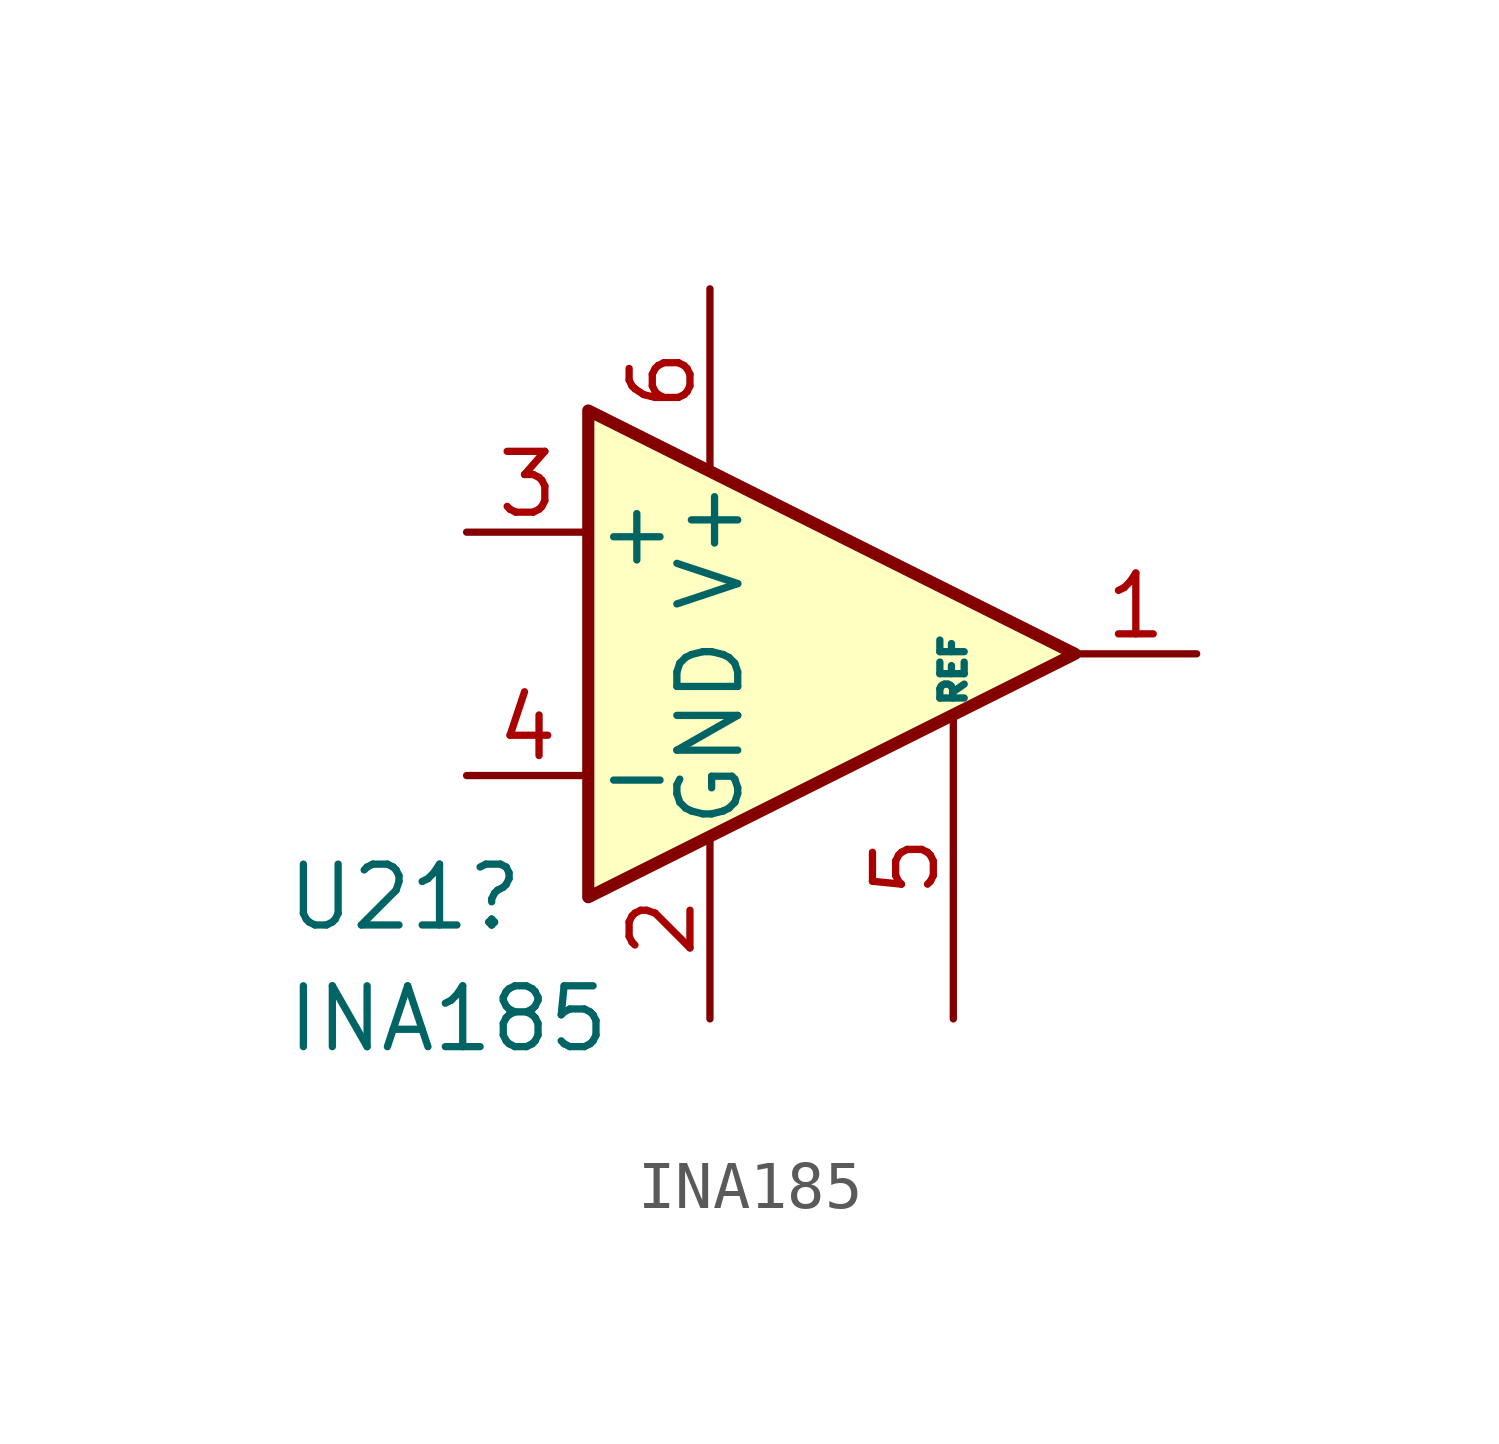
<source format=kicad_sym>
(kicad_symbol_lib
  (version 20211014)
  (generator kicad_symbol_editor)
  (symbol "INA185"
    (pin_names
      (offset 0.127))
    (property "Reference" "U21"
      (at -11.43 -5.08 0)
      (effects (font (size 1.27 1.27)) (justify left)))
    (property "Value" "INA185"
      (at -11.43 -7.62 0)
      (effects (font (size 1.27 1.27)) (justify left)))
    (symbol "INA185_0_1"
      (polyline (pts (xy 5.08 0) (xy -5.08 5.08) (xy -5.08 -5.08) (xy 5.08 0)) (stroke (width 0.254) (type default) (color 0 0 0 0)) (fill (type background))))
    (symbol "INA185_1_1"
      (pin output line (at 7.62 0 180) (length 2.54) (name "~" (effects (font (size 1.27 1.27)))) (number "1" (effects (font (size 1.27 1.27)))))
      (pin power_in line (at -2.54 -7.62 90) (length 3.81) (name "GND" (effects (font (size 1.27 1.27)))) (number "2" (effects (font (size 1.27 1.27)))))
      (pin input line (at -7.62 2.54 0) (length 2.54) (name "+" (effects (font (size 1.27 1.27)))) (number "3" (effects (font (size 1.27 1.27)))))
      (pin input line (at -7.62 -2.54 0) (length 2.54) (name "-" (effects (font (size 1.27 1.27)))) (number "4" (effects (font (size 1.27 1.27)))))
      (pin input line (at 2.54 -7.62 90) (length 6.35) (name "REF" (effects (font (size 0.508 0.508)))) (number "5" (effects (font (size 1.27 1.27)))))
      (pin power_in line (at -2.54 7.62 270) (length 3.81) (name "V+" (effects (font (size 1.27 1.27)))) (number "6" (effects (font (size 1.27 1.27))))))))
</source>
